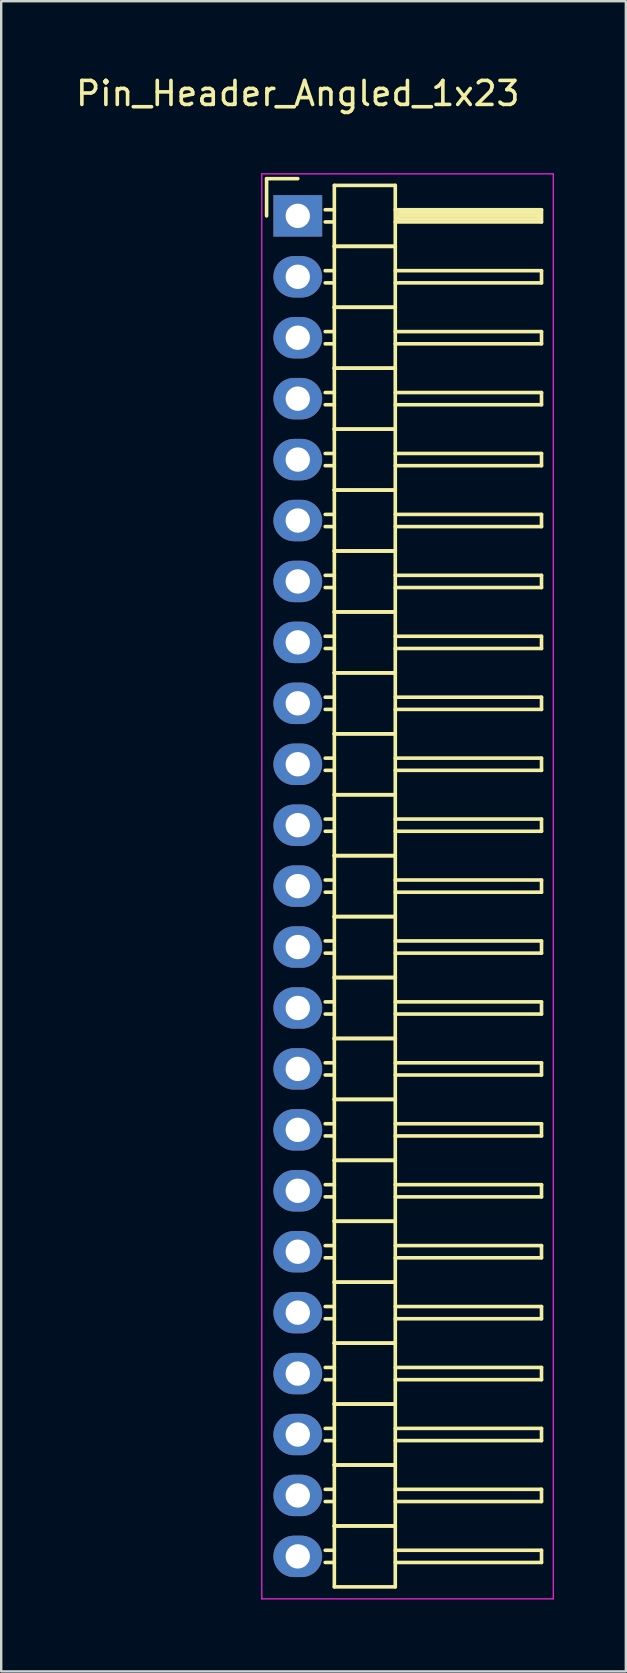
<source format=kicad_pcb>
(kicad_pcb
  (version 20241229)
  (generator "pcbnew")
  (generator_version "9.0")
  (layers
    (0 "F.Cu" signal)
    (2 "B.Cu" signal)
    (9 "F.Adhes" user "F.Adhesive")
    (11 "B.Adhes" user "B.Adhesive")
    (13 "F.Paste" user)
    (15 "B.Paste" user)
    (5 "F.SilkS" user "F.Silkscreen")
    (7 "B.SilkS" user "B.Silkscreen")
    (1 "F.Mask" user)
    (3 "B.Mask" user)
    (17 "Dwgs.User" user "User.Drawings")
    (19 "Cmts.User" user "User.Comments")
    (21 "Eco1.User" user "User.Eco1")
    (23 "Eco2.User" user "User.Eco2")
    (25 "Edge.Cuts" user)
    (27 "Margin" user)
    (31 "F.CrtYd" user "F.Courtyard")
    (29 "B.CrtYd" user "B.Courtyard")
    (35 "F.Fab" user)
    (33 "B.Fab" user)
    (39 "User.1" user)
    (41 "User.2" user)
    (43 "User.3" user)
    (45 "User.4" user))
  (footprint "Pin_Header_Angled_1x23"
    (layer "F.Cu")
    (at 9.363 5.948)
    (property "Reference" "Pin_Header_Angled_1x23" (at 0 -5.1 0) (layer "F.SilkS") (effects (font (size 1 1) (thickness 0.15))))
    (attr through_hole)
    (fp_line (start -1.3 -1.55) (end -1.3 0) (stroke (width 0.15) (type solid)) (layer "F.SilkS"))
    (fp_line (start 0 -1.55) (end -1.3 -1.55) (stroke (width 0.15) (type solid)) (layer "F.SilkS"))
    (fp_line (start 1.524 -1.27) (end 1.524 1.27) (stroke (width 0.15) (type solid)) (layer "F.SilkS"))
    (fp_line (start 1.524 -1.27) (end 4.064 -1.27) (stroke (width 0.15) (type solid)) (layer "F.SilkS"))
    (fp_line (start 1.524 -0.254) (end 1.143 -0.254) (stroke (width 0.15) (type solid)) (layer "F.SilkS"))
    (fp_line (start 1.524 0.254) (end 1.143 0.254) (stroke (width 0.15) (type solid)) (layer "F.SilkS"))
    (fp_line (start 1.524 1.27) (end 1.524 3.81) (stroke (width 0.15) (type solid)) (layer "F.SilkS"))
    (fp_line (start 1.524 1.27) (end 4.064 1.27) (stroke (width 0.15) (type solid)) (layer "F.SilkS"))
    (fp_line (start 1.524 1.27) (end 4.064 1.27) (stroke (width 0.15) (type solid)) (layer "F.SilkS"))
    (fp_line (start 1.524 2.286) (end 1.143 2.286) (stroke (width 0.15) (type solid)) (layer "F.SilkS"))
    (fp_line (start 1.524 2.794) (end 1.143 2.794) (stroke (width 0.15) (type solid)) (layer "F.SilkS"))
    (fp_line (start 1.524 3.81) (end 1.524 6.35) (stroke (width 0.15) (type solid)) (layer "F.SilkS"))
    (fp_line (start 1.524 3.81) (end 4.064 3.81) (stroke (width 0.15) (type solid)) (layer "F.SilkS"))
    (fp_line (start 1.524 3.81) (end 4.064 3.81) (stroke (width 0.15) (type solid)) (layer "F.SilkS"))
    (fp_line (start 1.524 4.826) (end 1.143 4.826) (stroke (width 0.15) (type solid)) (layer "F.SilkS"))
    (fp_line (start 1.524 5.334) (end 1.143 5.334) (stroke (width 0.15) (type solid)) (layer "F.SilkS"))
    (fp_line (start 1.524 6.35) (end 1.524 8.89) (stroke (width 0.15) (type solid)) (layer "F.SilkS"))
    (fp_line (start 1.524 6.35) (end 4.064 6.35) (stroke (width 0.15) (type solid)) (layer "F.SilkS"))
    (fp_line (start 1.524 6.35) (end 4.064 6.35) (stroke (width 0.15) (type solid)) (layer "F.SilkS"))
    (fp_line (start 1.524 7.366) (end 1.143 7.366) (stroke (width 0.15) (type solid)) (layer "F.SilkS"))
    (fp_line (start 1.524 7.874) (end 1.143 7.874) (stroke (width 0.15) (type solid)) (layer "F.SilkS"))
    (fp_line (start 1.524 8.89) (end 1.524 11.43) (stroke (width 0.15) (type solid)) (layer "F.SilkS"))
    (fp_line (start 1.524 8.89) (end 4.064 8.89) (stroke (width 0.15) (type solid)) (layer "F.SilkS"))
    (fp_line (start 1.524 8.89) (end 4.064 8.89) (stroke (width 0.15) (type solid)) (layer "F.SilkS"))
    (fp_line (start 1.524 9.906) (end 1.143 9.906) (stroke (width 0.15) (type solid)) (layer "F.SilkS"))
    (fp_line (start 1.524 10.414) (end 1.143 10.414) (stroke (width 0.15) (type solid)) (layer "F.SilkS"))
    (fp_line (start 1.524 11.43) (end 1.524 13.97) (stroke (width 0.15) (type solid)) (layer "F.SilkS"))
    (fp_line (start 1.524 11.43) (end 4.064 11.43) (stroke (width 0.15) (type solid)) (layer "F.SilkS"))
    (fp_line (start 1.524 11.43) (end 4.064 11.43) (stroke (width 0.15) (type solid)) (layer "F.SilkS"))
    (fp_line (start 1.524 12.446) (end 1.143 12.446) (stroke (width 0.15) (type solid)) (layer "F.SilkS"))
    (fp_line (start 1.524 12.954) (end 1.143 12.954) (stroke (width 0.15) (type solid)) (layer "F.SilkS"))
    (fp_line (start 1.524 13.97) (end 1.524 16.51) (stroke (width 0.15) (type solid)) (layer "F.SilkS"))
    (fp_line (start 1.524 13.97) (end 4.064 13.97) (stroke (width 0.15) (type solid)) (layer "F.SilkS"))
    (fp_line (start 1.524 13.97) (end 4.064 13.97) (stroke (width 0.15) (type solid)) (layer "F.SilkS"))
    (fp_line (start 1.524 14.986) (end 1.143 14.986) (stroke (width 0.15) (type solid)) (layer "F.SilkS"))
    (fp_line (start 1.524 15.494) (end 1.143 15.494) (stroke (width 0.15) (type solid)) (layer "F.SilkS"))
    (fp_line (start 1.524 16.51) (end 1.524 19.05) (stroke (width 0.15) (type solid)) (layer "F.SilkS"))
    (fp_line (start 1.524 16.51) (end 4.064 16.51) (stroke (width 0.15) (type solid)) (layer "F.SilkS"))
    (fp_line (start 1.524 16.51) (end 4.064 16.51) (stroke (width 0.15) (type solid)) (layer "F.SilkS"))
    (fp_line (start 1.524 17.526) (end 1.143 17.526) (stroke (width 0.15) (type solid)) (layer "F.SilkS"))
    (fp_line (start 1.524 18.034) (end 1.143 18.034) (stroke (width 0.15) (type solid)) (layer "F.SilkS"))
    (fp_line (start 1.524 19.05) (end 1.524 21.59) (stroke (width 0.15) (type solid)) (layer "F.SilkS"))
    (fp_line (start 1.524 19.05) (end 4.064 19.05) (stroke (width 0.15) (type solid)) (layer "F.SilkS"))
    (fp_line (start 1.524 19.05) (end 4.064 19.05) (stroke (width 0.15) (type solid)) (layer "F.SilkS"))
    (fp_line (start 1.524 20.066) (end 1.143 20.066) (stroke (width 0.15) (type solid)) (layer "F.SilkS"))
    (fp_line (start 1.524 20.574) (end 1.143 20.574) (stroke (width 0.15) (type solid)) (layer "F.SilkS"))
    (fp_line (start 1.524 21.59) (end 1.524 24.13) (stroke (width 0.15) (type solid)) (layer "F.SilkS"))
    (fp_line (start 1.524 21.59) (end 4.064 21.59) (stroke (width 0.15) (type solid)) (layer "F.SilkS"))
    (fp_line (start 1.524 21.59) (end 4.064 21.59) (stroke (width 0.15) (type solid)) (layer "F.SilkS"))
    (fp_line (start 1.524 22.606) (end 1.143 22.606) (stroke (width 0.15) (type solid)) (layer "F.SilkS"))
    (fp_line (start 1.524 23.114) (end 1.143 23.114) (stroke (width 0.15) (type solid)) (layer "F.SilkS"))
    (fp_line (start 1.524 24.13) (end 1.524 26.67) (stroke (width 0.15) (type solid)) (layer "F.SilkS"))
    (fp_line (start 1.524 24.13) (end 4.064 24.13) (stroke (width 0.15) (type solid)) (layer "F.SilkS"))
    (fp_line (start 1.524 24.13) (end 4.064 24.13) (stroke (width 0.15) (type solid)) (layer "F.SilkS"))
    (fp_line (start 1.524 25.146) (end 1.143 25.146) (stroke (width 0.15) (type solid)) (layer "F.SilkS"))
    (fp_line (start 1.524 25.654) (end 1.143 25.654) (stroke (width 0.15) (type solid)) (layer "F.SilkS"))
    (fp_line (start 1.524 26.67) (end 1.524 29.21) (stroke (width 0.15) (type solid)) (layer "F.SilkS"))
    (fp_line (start 1.524 26.67) (end 4.064 26.67) (stroke (width 0.15) (type solid)) (layer "F.SilkS"))
    (fp_line (start 1.524 26.67) (end 4.064 26.67) (stroke (width 0.15) (type solid)) (layer "F.SilkS"))
    (fp_line (start 1.524 27.686) (end 1.143 27.686) (stroke (width 0.15) (type solid)) (layer "F.SilkS"))
    (fp_line (start 1.524 28.194) (end 1.143 28.194) (stroke (width 0.15) (type solid)) (layer "F.SilkS"))
    (fp_line (start 1.524 29.21) (end 1.524 31.75) (stroke (width 0.15) (type solid)) (layer "F.SilkS"))
    (fp_line (start 1.524 29.21) (end 4.064 29.21) (stroke (width 0.15) (type solid)) (layer "F.SilkS"))
    (fp_line (start 1.524 29.21) (end 4.064 29.21) (stroke (width 0.15) (type solid)) (layer "F.SilkS"))
    (fp_line (start 1.524 30.226) (end 1.143 30.226) (stroke (width 0.15) (type solid)) (layer "F.SilkS"))
    (fp_line (start 1.524 30.734) (end 1.143 30.734) (stroke (width 0.15) (type solid)) (layer "F.SilkS"))
    (fp_line (start 1.524 31.75) (end 1.524 34.29) (stroke (width 0.15) (type solid)) (layer "F.SilkS"))
    (fp_line (start 1.524 31.75) (end 4.064 31.75) (stroke (width 0.15) (type solid)) (layer "F.SilkS"))
    (fp_line (start 1.524 31.75) (end 4.064 31.75) (stroke (width 0.15) (type solid)) (layer "F.SilkS"))
    (fp_line (start 1.524 32.766) (end 1.143 32.766) (stroke (width 0.15) (type solid)) (layer "F.SilkS"))
    (fp_line (start 1.524 33.274) (end 1.143 33.274) (stroke (width 0.15) (type solid)) (layer "F.SilkS"))
    (fp_line (start 1.524 34.29) (end 1.524 36.83) (stroke (width 0.15) (type solid)) (layer "F.SilkS"))
    (fp_line (start 1.524 34.29) (end 4.064 34.29) (stroke (width 0.15) (type solid)) (layer "F.SilkS"))
    (fp_line (start 1.524 34.29) (end 4.064 34.29) (stroke (width 0.15) (type solid)) (layer "F.SilkS"))
    (fp_line (start 1.524 35.306) (end 1.143 35.306) (stroke (width 0.15) (type solid)) (layer "F.SilkS"))
    (fp_line (start 1.524 35.814) (end 1.143 35.814) (stroke (width 0.15) (type solid)) (layer "F.SilkS"))
    (fp_line (start 1.524 36.83) (end 1.524 39.37) (stroke (width 0.15) (type solid)) (layer "F.SilkS"))
    (fp_line (start 1.524 36.83) (end 4.064 36.83) (stroke (width 0.15) (type solid)) (layer "F.SilkS"))
    (fp_line (start 1.524 36.83) (end 4.064 36.83) (stroke (width 0.15) (type solid)) (layer "F.SilkS"))
    (fp_line (start 1.524 37.846) (end 1.143 37.846) (stroke (width 0.15) (type solid)) (layer "F.SilkS"))
    (fp_line (start 1.524 38.354) (end 1.143 38.354) (stroke (width 0.15) (type solid)) (layer "F.SilkS"))
    (fp_line (start 1.524 39.37) (end 1.524 41.91) (stroke (width 0.15) (type solid)) (layer "F.SilkS"))
    (fp_line (start 1.524 39.37) (end 4.064 39.37) (stroke (width 0.15) (type solid)) (layer "F.SilkS"))
    (fp_line (start 1.524 39.37) (end 4.064 39.37) (stroke (width 0.15) (type solid)) (layer "F.SilkS"))
    (fp_line (start 1.524 40.386) (end 1.143 40.386) (stroke (width 0.15) (type solid)) (layer "F.SilkS"))
    (fp_line (start 1.524 40.894) (end 1.143 40.894) (stroke (width 0.15) (type solid)) (layer "F.SilkS"))
    (fp_line (start 1.524 41.91) (end 1.524 44.45) (stroke (width 0.15) (type solid)) (layer "F.SilkS"))
    (fp_line (start 1.524 41.91) (end 4.064 41.91) (stroke (width 0.15) (type solid)) (layer "F.SilkS"))
    (fp_line (start 1.524 41.91) (end 4.064 41.91) (stroke (width 0.15) (type solid)) (layer "F.SilkS"))
    (fp_line (start 1.524 42.926) (end 1.143 42.926) (stroke (width 0.15) (type solid)) (layer "F.SilkS"))
    (fp_line (start 1.524 43.434) (end 1.143 43.434) (stroke (width 0.15) (type solid)) (layer "F.SilkS"))
    (fp_line (start 1.524 44.45) (end 1.524 46.99) (stroke (width 0.15) (type solid)) (layer "F.SilkS"))
    (fp_line (start 1.524 44.45) (end 4.064 44.45) (stroke (width 0.15) (type solid)) (layer "F.SilkS"))
    (fp_line (start 1.524 44.45) (end 4.064 44.45) (stroke (width 0.15) (type solid)) (layer "F.SilkS"))
    (fp_line (start 1.524 45.466) (end 1.143 45.466) (stroke (width 0.15) (type solid)) (layer "F.SilkS"))
    (fp_line (start 1.524 45.974) (end 1.143 45.974) (stroke (width 0.15) (type solid)) (layer "F.SilkS"))
    (fp_line (start 1.524 46.99) (end 1.524 49.53) (stroke (width 0.15) (type solid)) (layer "F.SilkS"))
    (fp_line (start 1.524 46.99) (end 4.064 46.99) (stroke (width 0.15) (type solid)) (layer "F.SilkS"))
    (fp_line (start 1.524 46.99) (end 4.064 46.99) (stroke (width 0.15) (type solid)) (layer "F.SilkS"))
    (fp_line (start 1.524 48.006) (end 1.143 48.006) (stroke (width 0.15) (type solid)) (layer "F.SilkS"))
    (fp_line (start 1.524 48.514) (end 1.143 48.514) (stroke (width 0.15) (type solid)) (layer "F.SilkS"))
    (fp_line (start 1.524 49.53) (end 1.524 52.07) (stroke (width 0.15) (type solid)) (layer "F.SilkS"))
    (fp_line (start 1.524 49.53) (end 4.064 49.53) (stroke (width 0.15) (type solid)) (layer "F.SilkS"))
    (fp_line (start 1.524 49.53) (end 4.064 49.53) (stroke (width 0.15) (type solid)) (layer "F.SilkS"))
    (fp_line (start 1.524 50.546) (end 1.143 50.546) (stroke (width 0.15) (type solid)) (layer "F.SilkS"))
    (fp_line (start 1.524 51.054) (end 1.143 51.054) (stroke (width 0.15) (type solid)) (layer "F.SilkS"))
    (fp_line (start 1.524 52.07) (end 1.524 54.61) (stroke (width 0.15) (type solid)) (layer "F.SilkS"))
    (fp_line (start 1.524 52.07) (end 4.064 52.07) (stroke (width 0.15) (type solid)) (layer "F.SilkS"))
    (fp_line (start 1.524 52.07) (end 4.064 52.07) (stroke (width 0.15) (type solid)) (layer "F.SilkS"))
    (fp_line (start 1.524 53.086) (end 1.143 53.086) (stroke (width 0.15) (type solid)) (layer "F.SilkS"))
    (fp_line (start 1.524 53.594) (end 1.143 53.594) (stroke (width 0.15) (type solid)) (layer "F.SilkS"))
    (fp_line (start 1.524 54.61) (end 1.524 57.15) (stroke (width 0.15) (type solid)) (layer "F.SilkS"))
    (fp_line (start 1.524 54.61) (end 4.064 54.61) (stroke (width 0.15) (type solid)) (layer "F.SilkS"))
    (fp_line (start 1.524 54.61) (end 4.064 54.61) (stroke (width 0.15) (type solid)) (layer "F.SilkS"))
    (fp_line (start 1.524 55.626) (end 1.143 55.626) (stroke (width 0.15) (type solid)) (layer "F.SilkS"))
    (fp_line (start 1.524 56.134) (end 1.143 56.134) (stroke (width 0.15) (type solid)) (layer "F.SilkS"))
    (fp_line (start 1.524 57.15) (end 4.064 57.15) (stroke (width 0.15) (type solid)) (layer "F.SilkS"))
    (fp_line (start 4.064 -0.254) (end 10.16 -0.254) (stroke (width 0.15) (type solid)) (layer "F.SilkS"))
    (fp_line (start 4.064 1.27) (end 4.064 -1.27) (stroke (width 0.15) (type solid)) (layer "F.SilkS"))
    (fp_line (start 4.064 2.286) (end 10.16 2.286) (stroke (width 0.15) (type solid)) (layer "F.SilkS"))
    (fp_line (start 4.064 3.81) (end 4.064 1.27) (stroke (width 0.15) (type solid)) (layer "F.SilkS"))
    (fp_line (start 4.064 4.826) (end 10.16 4.826) (stroke (width 0.15) (type solid)) (layer "F.SilkS"))
    (fp_line (start 4.064 6.35) (end 4.064 3.81) (stroke (width 0.15) (type solid)) (layer "F.SilkS"))
    (fp_line (start 4.064 7.366) (end 10.16 7.366) (stroke (width 0.15) (type solid)) (layer "F.SilkS"))
    (fp_line (start 4.064 8.89) (end 4.064 6.35) (stroke (width 0.15) (type solid)) (layer "F.SilkS"))
    (fp_line (start 4.064 9.906) (end 10.16 9.906) (stroke (width 0.15) (type solid)) (layer "F.SilkS"))
    (fp_line (start 4.064 11.43) (end 4.064 8.89) (stroke (width 0.15) (type solid)) (layer "F.SilkS"))
    (fp_line (start 4.064 12.446) (end 10.16 12.446) (stroke (width 0.15) (type solid)) (layer "F.SilkS"))
    (fp_line (start 4.064 13.97) (end 4.064 11.43) (stroke (width 0.15) (type solid)) (layer "F.SilkS"))
    (fp_line (start 4.064 14.986) (end 10.16 14.986) (stroke (width 0.15) (type solid)) (layer "F.SilkS"))
    (fp_line (start 4.064 16.51) (end 4.064 13.97) (stroke (width 0.15) (type solid)) (layer "F.SilkS"))
    (fp_line (start 4.064 17.526) (end 10.16 17.526) (stroke (width 0.15) (type solid)) (layer "F.SilkS"))
    (fp_line (start 4.064 19.05) (end 4.064 16.51) (stroke (width 0.15) (type solid)) (layer "F.SilkS"))
    (fp_line (start 4.064 20.066) (end 10.16 20.066) (stroke (width 0.15) (type solid)) (layer "F.SilkS"))
    (fp_line (start 4.064 21.59) (end 4.064 19.05) (stroke (width 0.15) (type solid)) (layer "F.SilkS"))
    (fp_line (start 4.064 22.606) (end 10.16 22.606) (stroke (width 0.15) (type solid)) (layer "F.SilkS"))
    (fp_line (start 4.064 24.13) (end 4.064 21.59) (stroke (width 0.15) (type solid)) (layer "F.SilkS"))
    (fp_line (start 4.064 25.146) (end 10.16 25.146) (stroke (width 0.15) (type solid)) (layer "F.SilkS"))
    (fp_line (start 4.064 26.67) (end 4.064 24.13) (stroke (width 0.15) (type solid)) (layer "F.SilkS"))
    (fp_line (start 4.064 27.686) (end 10.16 27.686) (stroke (width 0.15) (type solid)) (layer "F.SilkS"))
    (fp_line (start 4.064 29.21) (end 4.064 26.67) (stroke (width 0.15) (type solid)) (layer "F.SilkS"))
    (fp_line (start 4.064 30.226) (end 10.16 30.226) (stroke (width 0.15) (type solid)) (layer "F.SilkS"))
    (fp_line (start 4.064 31.75) (end 4.064 29.21) (stroke (width 0.15) (type solid)) (layer "F.SilkS"))
    (fp_line (start 4.064 32.766) (end 10.16 32.766) (stroke (width 0.15) (type solid)) (layer "F.SilkS"))
    (fp_line (start 4.064 34.29) (end 4.064 31.75) (stroke (width 0.15) (type solid)) (layer "F.SilkS"))
    (fp_line (start 4.064 35.306) (end 10.16 35.306) (stroke (width 0.15) (type solid)) (layer "F.SilkS"))
    (fp_line (start 4.064 36.83) (end 4.064 34.29) (stroke (width 0.15) (type solid)) (layer "F.SilkS"))
    (fp_line (start 4.064 37.846) (end 10.16 37.846) (stroke (width 0.15) (type solid)) (layer "F.SilkS"))
    (fp_line (start 4.064 39.37) (end 4.064 36.83) (stroke (width 0.15) (type solid)) (layer "F.SilkS"))
    (fp_line (start 4.064 40.386) (end 10.16 40.386) (stroke (width 0.15) (type solid)) (layer "F.SilkS"))
    (fp_line (start 4.064 41.91) (end 4.064 39.37) (stroke (width 0.15) (type solid)) (layer "F.SilkS"))
    (fp_line (start 4.064 42.926) (end 10.16 42.926) (stroke (width 0.15) (type solid)) (layer "F.SilkS"))
    (fp_line (start 4.064 44.45) (end 4.064 41.91) (stroke (width 0.15) (type solid)) (layer "F.SilkS"))
    (fp_line (start 4.064 45.466) (end 10.16 45.466) (stroke (width 0.15) (type solid)) (layer "F.SilkS"))
    (fp_line (start 4.064 46.99) (end 4.064 44.45) (stroke (width 0.15) (type solid)) (layer "F.SilkS"))
    (fp_line (start 4.064 48.006) (end 10.16 48.006) (stroke (width 0.15) (type solid)) (layer "F.SilkS"))
    (fp_line (start 4.064 49.53) (end 4.064 46.99) (stroke (width 0.15) (type solid)) (layer "F.SilkS"))
    (fp_line (start 4.064 50.546) (end 10.16 50.546) (stroke (width 0.15) (type solid)) (layer "F.SilkS"))
    (fp_line (start 4.064 52.07) (end 4.064 49.53) (stroke (width 0.15) (type solid)) (layer "F.SilkS"))
    (fp_line (start 4.064 53.086) (end 10.16 53.086) (stroke (width 0.15) (type solid)) (layer "F.SilkS"))
    (fp_line (start 4.064 54.61) (end 4.064 52.07) (stroke (width 0.15) (type solid)) (layer "F.SilkS"))
    (fp_line (start 4.064 55.626) (end 10.16 55.626) (stroke (width 0.15) (type solid)) (layer "F.SilkS"))
    (fp_line (start 4.064 57.15) (end 4.064 54.61) (stroke (width 0.15) (type solid)) (layer "F.SilkS"))
    (fp_line (start 4.191 -0.127) (end 10.033 -0.127) (stroke (width 0.15) (type solid)) (layer "F.SilkS"))
    (fp_line (start 4.191 0) (end 10.033 0) (stroke (width 0.15) (type solid)) (layer "F.SilkS"))
    (fp_line (start 4.191 0.127) (end 4.191 0) (stroke (width 0.15) (type solid)) (layer "F.SilkS"))
    (fp_line (start 10.033 -0.127) (end 10.033 0.127) (stroke (width 0.15) (type solid)) (layer "F.SilkS"))
    (fp_line (start 10.033 0.127) (end 4.191 0.127) (stroke (width 0.15) (type solid)) (layer "F.SilkS"))
    (fp_line (start 10.16 -0.254) (end 10.16 0.254) (stroke (width 0.15) (type solid)) (layer "F.SilkS"))
    (fp_line (start 10.16 0.254) (end 4.064 0.254) (stroke (width 0.15) (type solid)) (layer "F.SilkS"))
    (fp_line (start 10.16 2.286) (end 10.16 2.794) (stroke (width 0.15) (type solid)) (layer "F.SilkS"))
    (fp_line (start 10.16 2.794) (end 4.064 2.794) (stroke (width 0.15) (type solid)) (layer "F.SilkS"))
    (fp_line (start 10.16 4.826) (end 10.16 5.334) (stroke (width 0.15) (type solid)) (layer "F.SilkS"))
    (fp_line (start 10.16 5.334) (end 4.064 5.334) (stroke (width 0.15) (type solid)) (layer "F.SilkS"))
    (fp_line (start 10.16 7.366) (end 10.16 7.874) (stroke (width 0.15) (type solid)) (layer "F.SilkS"))
    (fp_line (start 10.16 7.874) (end 4.064 7.874) (stroke (width 0.15) (type solid)) (layer "F.SilkS"))
    (fp_line (start 10.16 9.906) (end 10.16 10.414) (stroke (width 0.15) (type solid)) (layer "F.SilkS"))
    (fp_line (start 10.16 10.414) (end 4.064 10.414) (stroke (width 0.15) (type solid)) (layer "F.SilkS"))
    (fp_line (start 10.16 12.446) (end 10.16 12.954) (stroke (width 0.15) (type solid)) (layer "F.SilkS"))
    (fp_line (start 10.16 12.954) (end 4.064 12.954) (stroke (width 0.15) (type solid)) (layer "F.SilkS"))
    (fp_line (start 10.16 14.986) (end 10.16 15.494) (stroke (width 0.15) (type solid)) (layer "F.SilkS"))
    (fp_line (start 10.16 15.494) (end 4.064 15.494) (stroke (width 0.15) (type solid)) (layer "F.SilkS"))
    (fp_line (start 10.16 17.526) (end 10.16 18.034) (stroke (width 0.15) (type solid)) (layer "F.SilkS"))
    (fp_line (start 10.16 18.034) (end 4.064 18.034) (stroke (width 0.15) (type solid)) (layer "F.SilkS"))
    (fp_line (start 10.16 20.066) (end 10.16 20.574) (stroke (width 0.15) (type solid)) (layer "F.SilkS"))
    (fp_line (start 10.16 20.574) (end 4.064 20.574) (stroke (width 0.15) (type solid)) (layer "F.SilkS"))
    (fp_line (start 10.16 22.606) (end 10.16 23.114) (stroke (width 0.15) (type solid)) (layer "F.SilkS"))
    (fp_line (start 10.16 23.114) (end 4.064 23.114) (stroke (width 0.15) (type solid)) (layer "F.SilkS"))
    (fp_line (start 10.16 25.146) (end 10.16 25.654) (stroke (width 0.15) (type solid)) (layer "F.SilkS"))
    (fp_line (start 10.16 25.654) (end 4.064 25.654) (stroke (width 0.15) (type solid)) (layer "F.SilkS"))
    (fp_line (start 10.16 27.686) (end 10.16 28.194) (stroke (width 0.15) (type solid)) (layer "F.SilkS"))
    (fp_line (start 10.16 28.194) (end 4.064 28.194) (stroke (width 0.15) (type solid)) (layer "F.SilkS"))
    (fp_line (start 10.16 30.226) (end 10.16 30.734) (stroke (width 0.15) (type solid)) (layer "F.SilkS"))
    (fp_line (start 10.16 30.734) (end 4.064 30.734) (stroke (width 0.15) (type solid)) (layer "F.SilkS"))
    (fp_line (start 10.16 32.766) (end 10.16 33.274) (stroke (width 0.15) (type solid)) (layer "F.SilkS"))
    (fp_line (start 10.16 33.274) (end 4.064 33.274) (stroke (width 0.15) (type solid)) (layer "F.SilkS"))
    (fp_line (start 10.16 35.306) (end 10.16 35.814) (stroke (width 0.15) (type solid)) (layer "F.SilkS"))
    (fp_line (start 10.16 35.814) (end 4.064 35.814) (stroke (width 0.15) (type solid)) (layer "F.SilkS"))
    (fp_line (start 10.16 37.846) (end 10.16 38.354) (stroke (width 0.15) (type solid)) (layer "F.SilkS"))
    (fp_line (start 10.16 38.354) (end 4.064 38.354) (stroke (width 0.15) (type solid)) (layer "F.SilkS"))
    (fp_line (start 10.16 40.386) (end 10.16 40.894) (stroke (width 0.15) (type solid)) (layer "F.SilkS"))
    (fp_line (start 10.16 40.894) (end 4.064 40.894) (stroke (width 0.15) (type solid)) (layer "F.SilkS"))
    (fp_line (start 10.16 42.926) (end 10.16 43.434) (stroke (width 0.15) (type solid)) (layer "F.SilkS"))
    (fp_line (start 10.16 43.434) (end 4.064 43.434) (stroke (width 0.15) (type solid)) (layer "F.SilkS"))
    (fp_line (start 10.16 45.466) (end 10.16 45.974) (stroke (width 0.15) (type solid)) (layer "F.SilkS"))
    (fp_line (start 10.16 45.974) (end 4.064 45.974) (stroke (width 0.15) (type solid)) (layer "F.SilkS"))
    (fp_line (start 10.16 48.006) (end 10.16 48.514) (stroke (width 0.15) (type solid)) (layer "F.SilkS"))
    (fp_line (start 10.16 48.514) (end 4.064 48.514) (stroke (width 0.15) (type solid)) (layer "F.SilkS"))
    (fp_line (start 10.16 50.546) (end 10.16 51.054) (stroke (width 0.15) (type solid)) (layer "F.SilkS"))
    (fp_line (start 10.16 51.054) (end 4.064 51.054) (stroke (width 0.15) (type solid)) (layer "F.SilkS"))
    (fp_line (start 10.16 53.086) (end 10.16 53.594) (stroke (width 0.15) (type solid)) (layer "F.SilkS"))
    (fp_line (start 10.16 53.594) (end 4.064 53.594) (stroke (width 0.15) (type solid)) (layer "F.SilkS"))
    (fp_line (start 10.16 55.626) (end 10.16 56.134) (stroke (width 0.15) (type solid)) (layer "F.SilkS"))
    (fp_line (start 10.16 56.134) (end 4.064 56.134) (stroke (width 0.15) (type solid)) (layer "F.SilkS"))
    (fp_line (start -1.5 -1.75) (end -1.5 57.65) (stroke (width 0.05) (type solid)) (layer "F.CrtYd"))
    (fp_line (start -1.5 -1.75) (end 10.65 -1.75) (stroke (width 0.05) (type solid)) (layer "F.CrtYd"))
    (fp_line (start -1.5 57.65) (end 10.65 57.65) (stroke (width 0.05) (type solid)) (layer "F.CrtYd"))
    (fp_line (start 10.65 -1.75) (end 10.65 57.65) (stroke (width 0.05) (type solid)) (layer "F.CrtYd"))
    (pad "1" thru_hole rect (at 0 0) (size 2.032 1.727) (drill 1.016) (layers "*.Cu" "*.Mask"))
    (pad "2" thru_hole oval (at 0 2.54) (size 2.032 1.727) (drill 1.016) (layers "*.Cu" "*.Mask"))
    (pad "3" thru_hole oval (at 0 5.08) (size 2.032 1.727) (drill 1.016) (layers "*.Cu" "*.Mask"))
    (pad "4" thru_hole oval (at 0 7.62) (size 2.032 1.727) (drill 1.016) (layers "*.Cu" "*.Mask"))
    (pad "5" thru_hole oval (at 0 10.16) (size 2.032 1.727) (drill 1.016) (layers "*.Cu" "*.Mask"))
    (pad "6" thru_hole oval (at 0 12.7) (size 2.032 1.727) (drill 1.016) (layers "*.Cu" "*.Mask"))
    (pad "7" thru_hole oval (at 0 15.24) (size 2.032 1.727) (drill 1.016) (layers "*.Cu" "*.Mask"))
    (pad "8" thru_hole oval (at 0 17.78) (size 2.032 1.727) (drill 1.016) (layers "*.Cu" "*.Mask"))
    (pad "9" thru_hole oval (at 0 20.32) (size 2.032 1.727) (drill 1.016) (layers "*.Cu" "*.Mask"))
    (pad "10" thru_hole oval (at 0 22.86) (size 2.032 1.727) (drill 1.016) (layers "*.Cu" "*.Mask"))
    (pad "11" thru_hole oval (at 0 25.4) (size 2.032 1.727) (drill 1.016) (layers "*.Cu" "*.Mask"))
    (pad "12" thru_hole oval (at 0 27.94) (size 2.032 1.727) (drill 1.016) (layers "*.Cu" "*.Mask"))
    (pad "13" thru_hole oval (at 0 30.48) (size 2.032 1.727) (drill 1.016) (layers "*.Cu" "*.Mask"))
    (pad "14" thru_hole oval (at 0 33.02) (size 2.032 1.727) (drill 1.016) (layers "*.Cu" "*.Mask"))
    (pad "15" thru_hole oval (at 0 35.56) (size 2.032 1.727) (drill 1.016) (layers "*.Cu" "*.Mask"))
    (pad "16" thru_hole oval (at 0 38.1) (size 2.032 1.727) (drill 1.016) (layers "*.Cu" "*.Mask"))
    (pad "17" thru_hole oval (at 0 40.64) (size 2.032 1.727) (drill 1.016) (layers "*.Cu" "*.Mask"))
    (pad "18" thru_hole oval (at 0 43.18) (size 2.032 1.727) (drill 1.016) (layers "*.Cu" "*.Mask"))
    (pad "19" thru_hole oval (at 0 45.72) (size 2.032 1.727) (drill 1.016) (layers "*.Cu" "*.Mask"))
    (pad "20" thru_hole oval (at 0 48.26) (size 2.032 1.727) (drill 1.016) (layers "*.Cu" "*.Mask"))
    (pad "21" thru_hole oval (at 0 50.8) (size 2.032 1.727) (drill 1.016) (layers "*.Cu" "*.Mask"))
    (pad "22" thru_hole oval (at 0 53.34) (size 2.032 1.727) (drill 1.016) (layers "*.Cu" "*.Mask"))
    (pad "23" thru_hole oval (at 0 55.88) (size 2.032 1.727) (drill 1.016) (layers "*.Cu" "*.Mask")))
  (gr_rect
    (start -3 -3)
    (end 23.038 66.623)
    (stroke (width 0.1) (type default))
    (fill no)
    (layer "Edge.Cuts")))
</source>
